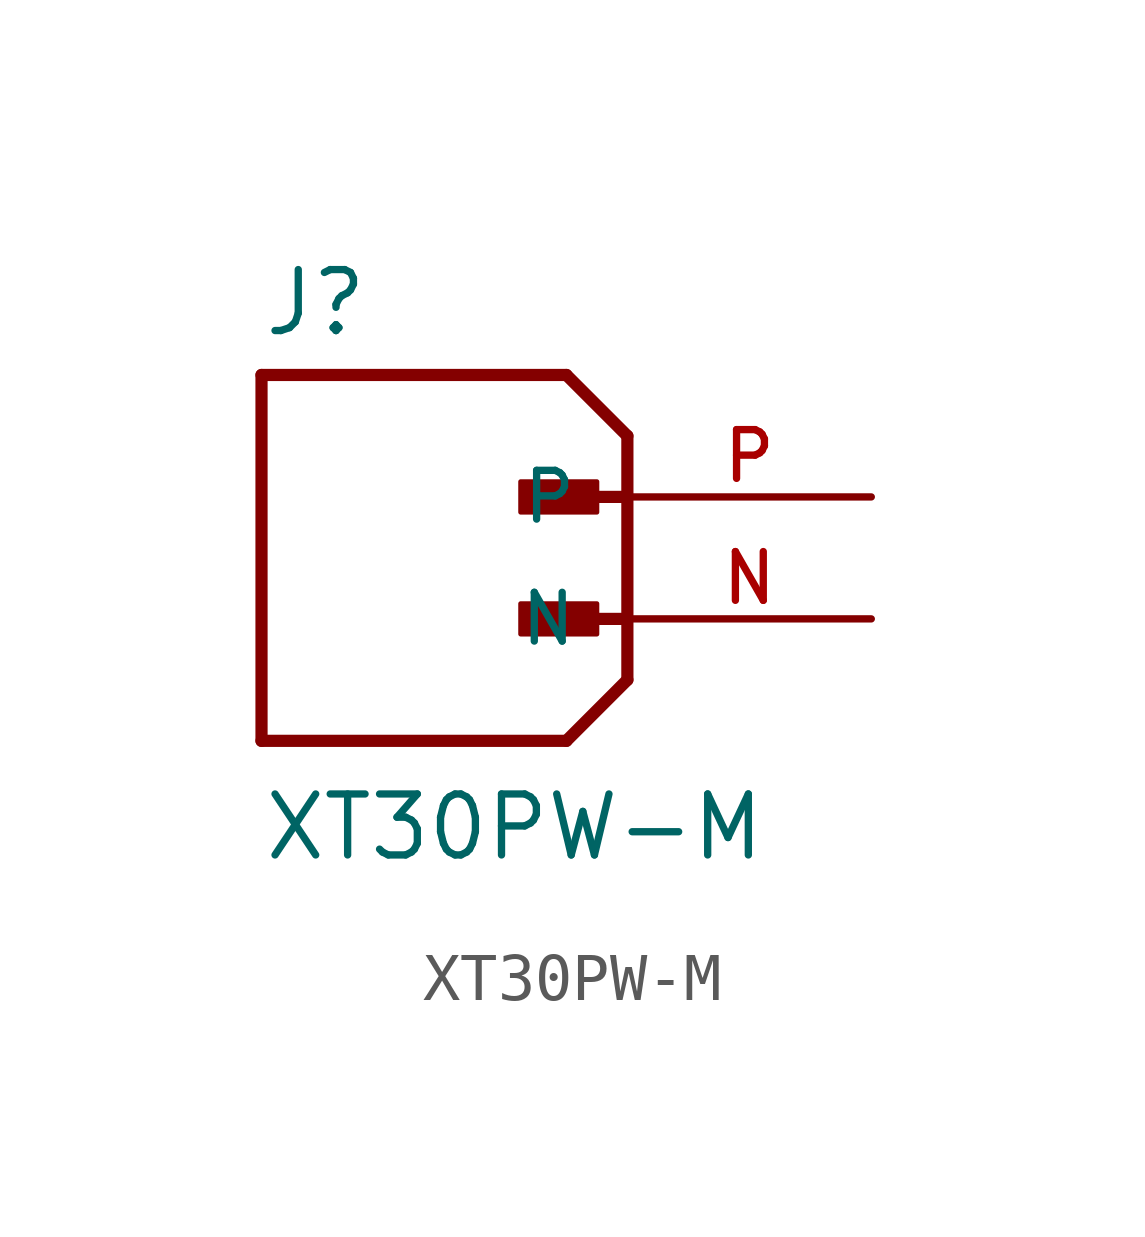
<source format=kicad_sym>
(kicad_symbol_lib
  (version 20241209)
  (generator "kicad_symbol_editor")
  (generator_version "9.0")
  (symbol "XT30PW-M"
    (pin_names
      (offset 1.016))
    (property "Reference" "J"
      (at -7.62 3.302 0)
      (effects (font (size 1.27 1.27)) (justify left bottom)))
    (property "Value" "XT30PW-M"
      (at -7.62 -7.62 0)
      (effects (font (size 1.27 1.27)) (justify left bottom)))
    (symbol "XT30PW-M_0_0"
      (polyline (pts (xy -7.62 2.54) (xy -1.27 2.54)) (stroke (width 0.254) (type default)) (fill (type none)))
      (polyline (pts (xy -7.62 -5.08) (xy -7.62 2.54)) (stroke (width 0.254) (type default)) (fill (type none)))
      (rectangle (start -2.223 -0.318) (end -0.635 0.318) (stroke (width 0.1) (type default)) (fill (type outline)))
      (rectangle (start -2.223 -2.857) (end -0.635 -2.223) (stroke (width 0.1) (type default)) (fill (type outline)))
      (polyline (pts (xy -1.27 -5.08) (xy -7.62 -5.08)) (stroke (width 0.254) (type default)) (fill (type none)))
      (polyline (pts (xy 0 1.27) (xy -1.27 2.54)) (stroke (width 0.254) (type default)) (fill (type none)))
      (polyline (pts (xy 0 1.27) (xy 0 0)) (stroke (width 0.254) (type default)) (fill (type none)))
      (polyline (pts (xy 0 0) (xy -1.905 0)) (stroke (width 0.254) (type default)) (fill (type none)))
      (polyline (pts (xy 0 0) (xy 0 -3.81)) (stroke (width 0.254) (type default)) (fill (type none)))
      (polyline (pts (xy 0 -2.54) (xy -1.905 -2.54)) (stroke (width 0.254) (type default)) (fill (type none)))
      (polyline (pts (xy 0 -3.81) (xy -1.27 -5.08)) (stroke (width 0.254) (type default)) (fill (type none))))
    (symbol "XT30PW-M_1_0"
      (pin power_out line (at 5.08 0 180) (length 5.08) (name "P" (effects (font (size 1.016 1.016)))) (number "P" (effects (font (size 1.016 1.016)))))
      (pin power_out line (at 5.08 -2.54 180) (length 5.08) (name "N" (effects (font (size 1.016 1.016)))) (number "N" (effects (font (size 1.016 1.016))))))))
</source>
